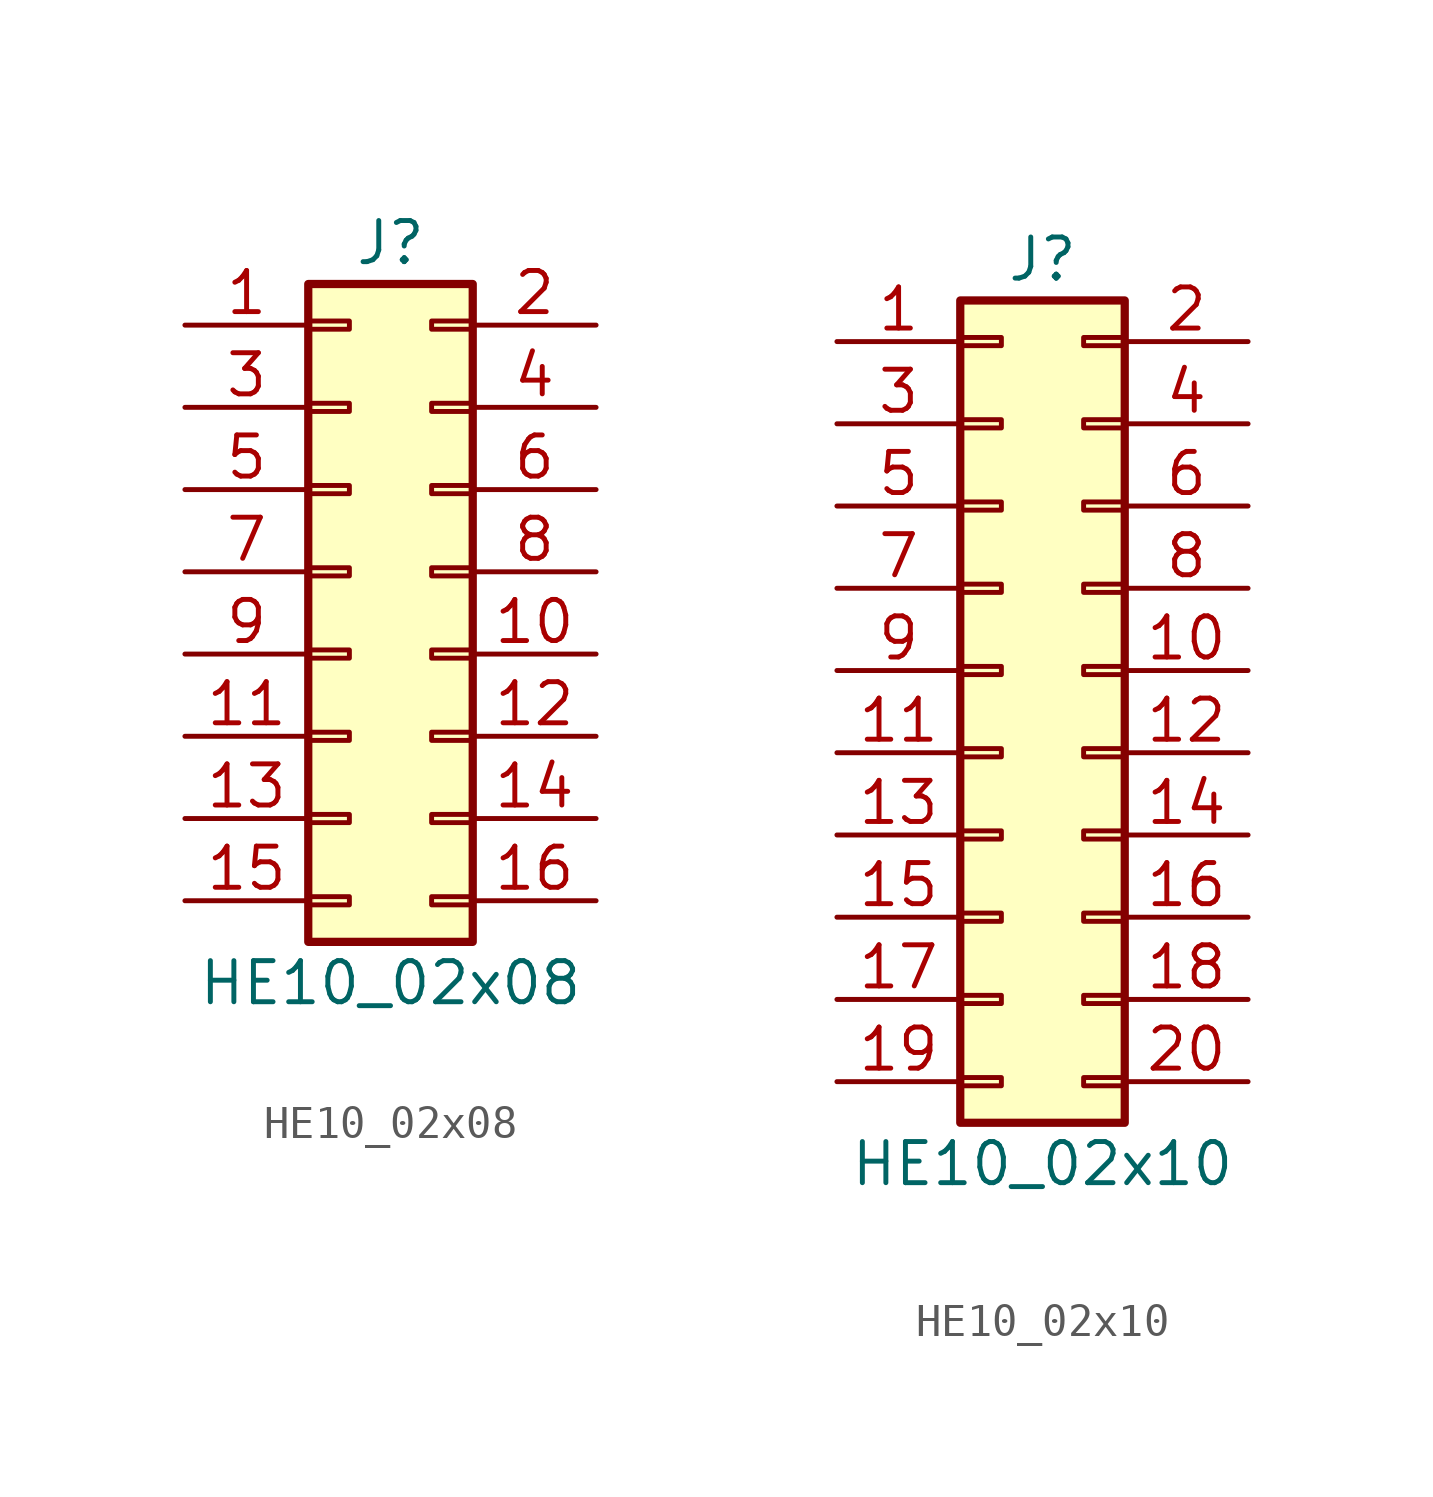
<source format=kicad_sym>
(kicad_symbol_lib
  (version 20211014)
  (generator kicad_symbol_editor)
  (symbol "HE10_02x08"
    (pin_names
      (offset 1.016) hide)
    (property "Reference" "J"
      (at 1.27 10.16 0)
      (effects (font (size 1.27 1.27))))
    (property "Value" "HE10_02x08"
      (at 1.27 -12.7 0)
      (effects (font (size 1.27 1.27))))
    (symbol "HE10_02x08_1_1"
      (rectangle (start -1.27 -10.033) (end 0 -10.287) (stroke (width 0.152) (type default) (color 0 0 0 0)) (fill (type none)))
      (rectangle (start -1.27 -7.493) (end 0 -7.747) (stroke (width 0.152) (type default) (color 0 0 0 0)) (fill (type none)))
      (rectangle (start -1.27 -4.953) (end 0 -5.207) (stroke (width 0.152) (type default) (color 0 0 0 0)) (fill (type none)))
      (rectangle (start -1.27 -2.413) (end 0 -2.667) (stroke (width 0.152) (type default) (color 0 0 0 0)) (fill (type none)))
      (rectangle (start -1.27 0.127) (end 0 -0.127) (stroke (width 0.152) (type default) (color 0 0 0 0)) (fill (type none)))
      (rectangle (start -1.27 2.667) (end 0 2.413) (stroke (width 0.152) (type default) (color 0 0 0 0)) (fill (type none)))
      (rectangle (start -1.27 5.207) (end 0 4.953) (stroke (width 0.152) (type default) (color 0 0 0 0)) (fill (type none)))
      (rectangle (start -1.27 7.747) (end 0 7.493) (stroke (width 0.152) (type default) (color 0 0 0 0)) (fill (type none)))
      (rectangle (start -1.27 8.89) (end 3.81 -11.43) (stroke (width 0.254) (type default) (color 0 0 0 0)) (fill (type background)))
      (rectangle (start 3.81 -10.033) (end 2.54 -10.287) (stroke (width 0.152) (type default) (color 0 0 0 0)) (fill (type none)))
      (rectangle (start 3.81 -7.493) (end 2.54 -7.747) (stroke (width 0.152) (type default) (color 0 0 0 0)) (fill (type none)))
      (rectangle (start 3.81 -4.953) (end 2.54 -5.207) (stroke (width 0.152) (type default) (color 0 0 0 0)) (fill (type none)))
      (rectangle (start 3.81 -2.413) (end 2.54 -2.667) (stroke (width 0.152) (type default) (color 0 0 0 0)) (fill (type none)))
      (rectangle (start 3.81 0.127) (end 2.54 -0.127) (stroke (width 0.152) (type default) (color 0 0 0 0)) (fill (type none)))
      (rectangle (start 3.81 2.667) (end 2.54 2.413) (stroke (width 0.152) (type default) (color 0 0 0 0)) (fill (type none)))
      (rectangle (start 3.81 5.207) (end 2.54 4.953) (stroke (width 0.152) (type default) (color 0 0 0 0)) (fill (type none)))
      (rectangle (start 3.81 7.747) (end 2.54 7.493) (stroke (width 0.152) (type default) (color 0 0 0 0)) (fill (type none)))
      (pin passive line (at -5.08 7.62 0) (length 3.81) (name "Pin_1" (effects (font (size 1.27 1.27)))) (number "1" (effects (font (size 1.27 1.27)))))
      (pin passive line (at 7.62 -2.54 180) (length 3.81) (name "Pin_10" (effects (font (size 1.27 1.27)))) (number "10" (effects (font (size 1.27 1.27)))))
      (pin passive line (at -5.08 -5.08 0) (length 3.81) (name "Pin_11" (effects (font (size 1.27 1.27)))) (number "11" (effects (font (size 1.27 1.27)))))
      (pin passive line (at 7.62 -5.08 180) (length 3.81) (name "Pin_12" (effects (font (size 1.27 1.27)))) (number "12" (effects (font (size 1.27 1.27)))))
      (pin passive line (at -5.08 -7.62 0) (length 3.81) (name "Pin_13" (effects (font (size 1.27 1.27)))) (number "13" (effects (font (size 1.27 1.27)))))
      (pin passive line (at 7.62 -7.62 180) (length 3.81) (name "Pin_14" (effects (font (size 1.27 1.27)))) (number "14" (effects (font (size 1.27 1.27)))))
      (pin passive line (at -5.08 -10.16 0) (length 3.81) (name "Pin_15" (effects (font (size 1.27 1.27)))) (number "15" (effects (font (size 1.27 1.27)))))
      (pin passive line (at 7.62 -10.16 180) (length 3.81) (name "Pin_16" (effects (font (size 1.27 1.27)))) (number "16" (effects (font (size 1.27 1.27)))))
      (pin passive line (at 7.62 7.62 180) (length 3.81) (name "Pin_2" (effects (font (size 1.27 1.27)))) (number "2" (effects (font (size 1.27 1.27)))))
      (pin passive line (at -5.08 5.08 0) (length 3.81) (name "Pin_3" (effects (font (size 1.27 1.27)))) (number "3" (effects (font (size 1.27 1.27)))))
      (pin passive line (at 7.62 5.08 180) (length 3.81) (name "Pin_4" (effects (font (size 1.27 1.27)))) (number "4" (effects (font (size 1.27 1.27)))))
      (pin passive line (at -5.08 2.54 0) (length 3.81) (name "Pin_5" (effects (font (size 1.27 1.27)))) (number "5" (effects (font (size 1.27 1.27)))))
      (pin passive line (at 7.62 2.54 180) (length 3.81) (name "Pin_6" (effects (font (size 1.27 1.27)))) (number "6" (effects (font (size 1.27 1.27)))))
      (pin passive line (at -5.08 0 0) (length 3.81) (name "Pin_7" (effects (font (size 1.27 1.27)))) (number "7" (effects (font (size 1.27 1.27)))))
      (pin passive line (at 7.62 0 180) (length 3.81) (name "Pin_8" (effects (font (size 1.27 1.27)))) (number "8" (effects (font (size 1.27 1.27)))))
      (pin passive line (at -5.08 -2.54 0) (length 3.81) (name "Pin_9" (effects (font (size 1.27 1.27)))) (number "9" (effects (font (size 1.27 1.27)))))))
  (symbol "HE10_02x10"
    (pin_names
      (offset 1.016) hide)
    (property "Reference" "J"
      (at 1.27 12.7 0)
      (effects (font (size 1.27 1.27))))
    (property "Value" "HE10_02x10"
      (at 1.27 -15.24 0)
      (effects (font (size 1.27 1.27))))
    (symbol "HE10_02x10_1_1"
      (rectangle (start -1.27 -12.573) (end 0 -12.827) (stroke (width 0.152) (type default) (color 0 0 0 0)) (fill (type none)))
      (rectangle (start -1.27 -10.033) (end 0 -10.287) (stroke (width 0.152) (type default) (color 0 0 0 0)) (fill (type none)))
      (rectangle (start -1.27 -7.493) (end 0 -7.747) (stroke (width 0.152) (type default) (color 0 0 0 0)) (fill (type none)))
      (rectangle (start -1.27 -4.953) (end 0 -5.207) (stroke (width 0.152) (type default) (color 0 0 0 0)) (fill (type none)))
      (rectangle (start -1.27 -2.413) (end 0 -2.667) (stroke (width 0.152) (type default) (color 0 0 0 0)) (fill (type none)))
      (rectangle (start -1.27 0.127) (end 0 -0.127) (stroke (width 0.152) (type default) (color 0 0 0 0)) (fill (type none)))
      (rectangle (start -1.27 2.667) (end 0 2.413) (stroke (width 0.152) (type default) (color 0 0 0 0)) (fill (type none)))
      (rectangle (start -1.27 5.207) (end 0 4.953) (stroke (width 0.152) (type default) (color 0 0 0 0)) (fill (type none)))
      (rectangle (start -1.27 7.747) (end 0 7.493) (stroke (width 0.152) (type default) (color 0 0 0 0)) (fill (type none)))
      (rectangle (start -1.27 10.287) (end 0 10.033) (stroke (width 0.152) (type default) (color 0 0 0 0)) (fill (type none)))
      (rectangle (start -1.27 11.43) (end 3.81 -13.97) (stroke (width 0.254) (type default) (color 0 0 0 0)) (fill (type background)))
      (rectangle (start 3.81 -12.573) (end 2.54 -12.827) (stroke (width 0.152) (type default) (color 0 0 0 0)) (fill (type none)))
      (rectangle (start 3.81 -10.033) (end 2.54 -10.287) (stroke (width 0.152) (type default) (color 0 0 0 0)) (fill (type none)))
      (rectangle (start 3.81 -7.493) (end 2.54 -7.747) (stroke (width 0.152) (type default) (color 0 0 0 0)) (fill (type none)))
      (rectangle (start 3.81 -4.953) (end 2.54 -5.207) (stroke (width 0.152) (type default) (color 0 0 0 0)) (fill (type none)))
      (rectangle (start 3.81 -2.413) (end 2.54 -2.667) (stroke (width 0.152) (type default) (color 0 0 0 0)) (fill (type none)))
      (rectangle (start 3.81 0.127) (end 2.54 -0.127) (stroke (width 0.152) (type default) (color 0 0 0 0)) (fill (type none)))
      (rectangle (start 3.81 2.667) (end 2.54 2.413) (stroke (width 0.152) (type default) (color 0 0 0 0)) (fill (type none)))
      (rectangle (start 3.81 5.207) (end 2.54 4.953) (stroke (width 0.152) (type default) (color 0 0 0 0)) (fill (type none)))
      (rectangle (start 3.81 7.747) (end 2.54 7.493) (stroke (width 0.152) (type default) (color 0 0 0 0)) (fill (type none)))
      (rectangle (start 3.81 10.287) (end 2.54 10.033) (stroke (width 0.152) (type default) (color 0 0 0 0)) (fill (type none)))
      (pin passive line (at -5.08 10.16 0) (length 3.81) (name "Pin_1" (effects (font (size 1.27 1.27)))) (number "1" (effects (font (size 1.27 1.27)))))
      (pin passive line (at 7.62 0 180) (length 3.81) (name "Pin_10" (effects (font (size 1.27 1.27)))) (number "10" (effects (font (size 1.27 1.27)))))
      (pin passive line (at -5.08 -2.54 0) (length 3.81) (name "Pin_11" (effects (font (size 1.27 1.27)))) (number "11" (effects (font (size 1.27 1.27)))))
      (pin passive line (at 7.62 -2.54 180) (length 3.81) (name "Pin_12" (effects (font (size 1.27 1.27)))) (number "12" (effects (font (size 1.27 1.27)))))
      (pin passive line (at -5.08 -5.08 0) (length 3.81) (name "Pin_13" (effects (font (size 1.27 1.27)))) (number "13" (effects (font (size 1.27 1.27)))))
      (pin passive line (at 7.62 -5.08 180) (length 3.81) (name "Pin_14" (effects (font (size 1.27 1.27)))) (number "14" (effects (font (size 1.27 1.27)))))
      (pin passive line (at -5.08 -7.62 0) (length 3.81) (name "Pin_15" (effects (font (size 1.27 1.27)))) (number "15" (effects (font (size 1.27 1.27)))))
      (pin passive line (at 7.62 -7.62 180) (length 3.81) (name "Pin_16" (effects (font (size 1.27 1.27)))) (number "16" (effects (font (size 1.27 1.27)))))
      (pin passive line (at -5.08 -10.16 0) (length 3.81) (name "Pin_17" (effects (font (size 1.27 1.27)))) (number "17" (effects (font (size 1.27 1.27)))))
      (pin passive line (at 7.62 -10.16 180) (length 3.81) (name "Pin_18" (effects (font (size 1.27 1.27)))) (number "18" (effects (font (size 1.27 1.27)))))
      (pin passive line (at -5.08 -12.7 0) (length 3.81) (name "Pin_19" (effects (font (size 1.27 1.27)))) (number "19" (effects (font (size 1.27 1.27)))))
      (pin passive line (at 7.62 10.16 180) (length 3.81) (name "Pin_2" (effects (font (size 1.27 1.27)))) (number "2" (effects (font (size 1.27 1.27)))))
      (pin passive line (at 7.62 -12.7 180) (length 3.81) (name "Pin_20" (effects (font (size 1.27 1.27)))) (number "20" (effects (font (size 1.27 1.27)))))
      (pin passive line (at -5.08 7.62 0) (length 3.81) (name "Pin_3" (effects (font (size 1.27 1.27)))) (number "3" (effects (font (size 1.27 1.27)))))
      (pin passive line (at 7.62 7.62 180) (length 3.81) (name "Pin_4" (effects (font (size 1.27 1.27)))) (number "4" (effects (font (size 1.27 1.27)))))
      (pin passive line (at -5.08 5.08 0) (length 3.81) (name "Pin_5" (effects (font (size 1.27 1.27)))) (number "5" (effects (font (size 1.27 1.27)))))
      (pin passive line (at 7.62 5.08 180) (length 3.81) (name "Pin_6" (effects (font (size 1.27 1.27)))) (number "6" (effects (font (size 1.27 1.27)))))
      (pin passive line (at -5.08 2.54 0) (length 3.81) (name "Pin_7" (effects (font (size 1.27 1.27)))) (number "7" (effects (font (size 1.27 1.27)))))
      (pin passive line (at 7.62 2.54 180) (length 3.81) (name "Pin_8" (effects (font (size 1.27 1.27)))) (number "8" (effects (font (size 1.27 1.27)))))
      (pin passive line (at -5.08 0 0) (length 3.81) (name "Pin_9" (effects (font (size 1.27 1.27)))) (number "9" (effects (font (size 1.27 1.27))))))))
</source>
